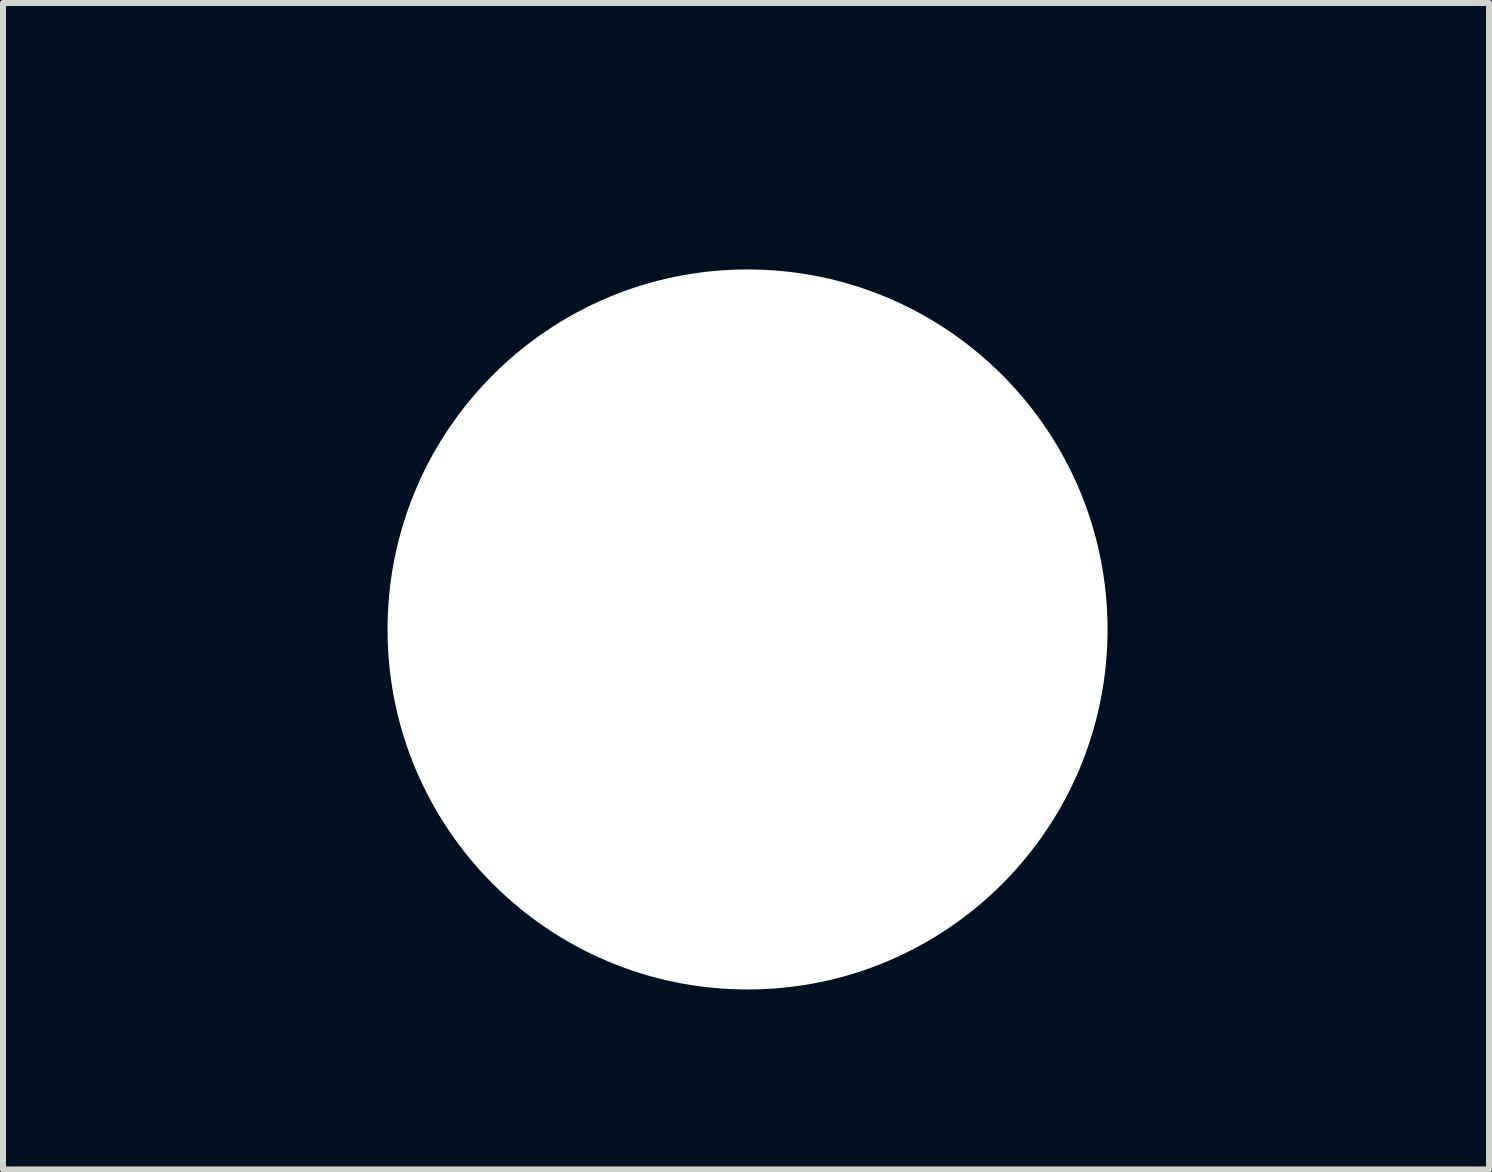
<source format=kicad_pcb>
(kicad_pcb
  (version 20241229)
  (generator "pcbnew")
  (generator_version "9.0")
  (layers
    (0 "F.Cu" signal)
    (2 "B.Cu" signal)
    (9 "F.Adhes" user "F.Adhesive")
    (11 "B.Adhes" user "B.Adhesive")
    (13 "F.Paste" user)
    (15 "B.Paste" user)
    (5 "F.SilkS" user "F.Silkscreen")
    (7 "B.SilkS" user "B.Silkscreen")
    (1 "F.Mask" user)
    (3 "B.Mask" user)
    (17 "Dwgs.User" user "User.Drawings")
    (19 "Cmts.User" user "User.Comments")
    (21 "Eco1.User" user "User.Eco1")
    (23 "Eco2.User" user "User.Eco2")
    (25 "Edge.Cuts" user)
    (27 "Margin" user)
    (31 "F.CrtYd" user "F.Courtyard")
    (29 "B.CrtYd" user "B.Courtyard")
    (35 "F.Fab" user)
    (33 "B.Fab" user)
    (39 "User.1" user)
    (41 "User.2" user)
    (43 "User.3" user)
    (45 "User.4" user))
  (footprint "12mm Hole (Footswitch)"
    (layer "F.Cu")
    (at 9.409 7.441)
    (property "Reference" "12mm Hole (Footswitch)" (at -0.025 -6.68 0) (unlocked yes) (layer "User.1") (effects (font (size 1 1) (thickness 0.1))))
    (attr through_hole)
    (pad "" np_thru_hole circle (at 0 0) (size 12 12) (drill 12) (layers "*.Cu" "*.Mask")))
  (gr_rect
    (start -3 -3)
    (end 21.767 16.441)
    (stroke (width 0.1) (type default))
    (fill no)
    (layer "Edge.Cuts")))
</source>
